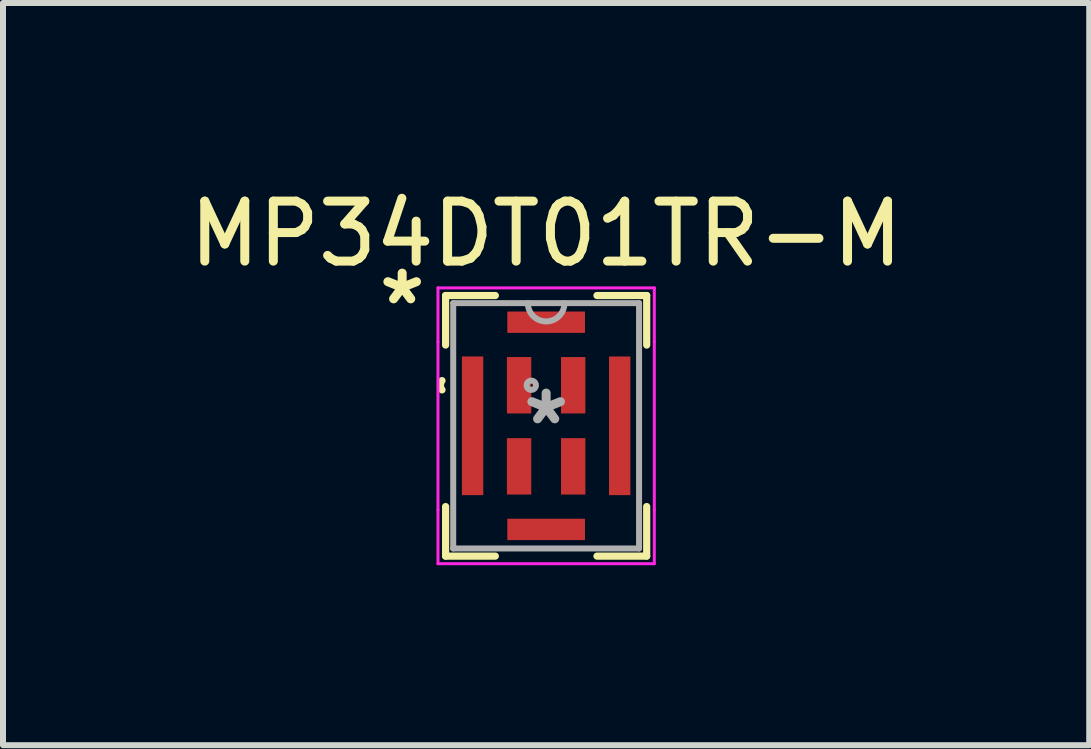
<source format=kicad_pcb>
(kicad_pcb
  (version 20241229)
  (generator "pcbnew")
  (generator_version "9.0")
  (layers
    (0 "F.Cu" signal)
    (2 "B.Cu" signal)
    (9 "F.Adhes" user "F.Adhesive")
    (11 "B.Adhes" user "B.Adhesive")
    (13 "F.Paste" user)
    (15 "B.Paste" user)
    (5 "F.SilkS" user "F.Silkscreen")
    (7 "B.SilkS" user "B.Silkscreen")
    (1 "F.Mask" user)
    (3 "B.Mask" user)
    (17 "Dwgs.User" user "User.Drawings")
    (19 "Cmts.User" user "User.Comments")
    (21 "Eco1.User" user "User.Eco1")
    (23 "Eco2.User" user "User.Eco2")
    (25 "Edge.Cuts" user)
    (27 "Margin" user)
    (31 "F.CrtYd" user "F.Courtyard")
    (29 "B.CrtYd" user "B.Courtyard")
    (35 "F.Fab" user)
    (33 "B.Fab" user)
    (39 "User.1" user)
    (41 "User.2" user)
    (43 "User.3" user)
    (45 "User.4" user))
  (footprint "MP34DT01TR-M"
    (layer "F.Cu")
    (at 6.054 4.048)
    (property "Reference" "MP34DT01TR-M" (at 0 -3.2 0) (layer "F.SilkS") (effects (font (size 1 1) (thickness 0.15))))
    (attr through_hole)
    (fp_line (start -1.676 -2.172) (end -1.676 -1.346) (stroke (width 0.12) (type solid)) (layer "F.SilkS"))
    (fp_line (start -1.676 1.346) (end -1.676 2.172) (stroke (width 0.12) (type solid)) (layer "F.SilkS"))
    (fp_line (start -1.676 2.172) (end -0.847 2.172) (stroke (width 0.12) (type solid)) (layer "F.SilkS"))
    (fp_line (start -0.847 -2.172) (end -1.676 -2.172) (stroke (width 0.12) (type solid)) (layer "F.SilkS"))
    (fp_line (start 0.847 2.172) (end 1.676 2.172) (stroke (width 0.12) (type solid)) (layer "F.SilkS"))
    (fp_line (start 1.676 -2.172) (end 0.847 -2.172) (stroke (width 0.12) (type solid)) (layer "F.SilkS"))
    (fp_line (start 1.676 -1.346) (end 1.676 -2.172) (stroke (width 0.12) (type solid)) (layer "F.SilkS"))
    (fp_line (start 1.676 2.172) (end 1.676 1.346) (stroke (width 0.12) (type solid)) (layer "F.SilkS"))
    (fp_arc (start -1.73609 -0.599236) (mid -1.762125 -0.676275) (end -1.73609 -0.753314) (stroke (width 0.12) (type solid)) (layer "F.SilkS"))
    (fp_line (start -1.803 -2.299) (end 1.803 -2.299) (stroke (width 0.05) (type solid)) (layer "F.CrtYd"))
    (fp_line (start -1.803 -1.4) (end -1.803 -2.299) (stroke (width 0.05) (type solid)) (layer "F.CrtYd"))
    (fp_line (start -1.803 1.4) (end -1.803 -1.4) (stroke (width 0.05) (type solid)) (layer "F.CrtYd"))
    (fp_line (start -1.803 2.299) (end -1.803 1.4) (stroke (width 0.05) (type solid)) (layer "F.CrtYd"))
    (fp_line (start 1.803 -2.299) (end 1.803 -1.4) (stroke (width 0.05) (type solid)) (layer "F.CrtYd"))
    (fp_line (start 1.803 -1.4) (end 1.803 1.4) (stroke (width 0.05) (type solid)) (layer "F.CrtYd"))
    (fp_line (start 1.803 1.4) (end 1.803 2.299) (stroke (width 0.05) (type solid)) (layer "F.CrtYd"))
    (fp_line (start 1.803 2.299) (end -1.803 2.299) (stroke (width 0.05) (type solid)) (layer "F.CrtYd"))
    (fp_line (start -1.549 -2.045) (end -1.549 2.045) (stroke (width 0.1) (type solid)) (layer "F.Fab"))
    (fp_line (start -1.549 2.045) (end 1.549 2.045) (stroke (width 0.1) (type solid)) (layer "F.Fab"))
    (fp_line (start 1.549 -2.045) (end -1.549 -2.045) (stroke (width 0.1) (type solid)) (layer "F.Fab"))
    (fp_line (start 1.549 2.045) (end 1.549 -2.045) (stroke (width 0.1) (type solid)) (layer "F.Fab"))
    (fp_arc (start 0.3048 -2.0447) (mid 0 -1.7399) (end -0.3048 -2.0447) (stroke (width 0.1) (type solid)) (layer "F.Fab"))
    (fp_circle (center -0.248 -0.676) (end -0.171 -0.676) (stroke (width 0.1) (type solid)) (fill no) (layer "F.Fab"))
    (fp_text user "*" (at -2.4 -2 0) (layer "F.SilkS") (effects (font (size 1 1) (thickness 0.15))))
    (fp_text user "*" (at 0 0 0) (layer "F.Fab") (effects (font (size 1 1) (thickness 0.15))))
    (pad "1" smd rect (at -0.451 -0.676) (size 0.406 0.94) (layers "F.Cu" "F.Mask" "F.Paste"))
    (pad "2" smd rect (at -0.451 0.676) (size 0.406 0.94) (layers "F.Cu" "F.Mask" "F.Paste"))
    (pad "3" smd rect (at 0.451 0.676) (size 0.406 0.94) (layers "F.Cu" "F.Mask" "F.Paste"))
    (pad "4" smd rect (at 0.451 -0.676) (size 0.406 0.94) (layers "F.Cu" "F.Mask" "F.Paste"))
    (pad "5" smd rect (at 0 -1.727) (size 1.295 0.356) (layers "F.Cu" "F.Mask" "F.Paste"))
    (pad "6" smd rect (at 0 1.727) (size 1.295 0.356) (layers "F.Cu" "F.Mask" "F.Paste"))
    (pad "7" smd rect (at -1.226 0) (size 0.356 2.311) (layers "F.Cu" "F.Mask" "F.Paste"))
    (pad "8" smd rect (at 1.226 0) (size 0.356 2.311) (layers "F.Cu" "F.Mask" "F.Paste")))
  (gr_rect
    (start -3 -3)
    (end 15.107 9.372)
    (stroke (width 0.1) (type default))
    (fill no)
    (layer "Edge.Cuts")))
</source>
